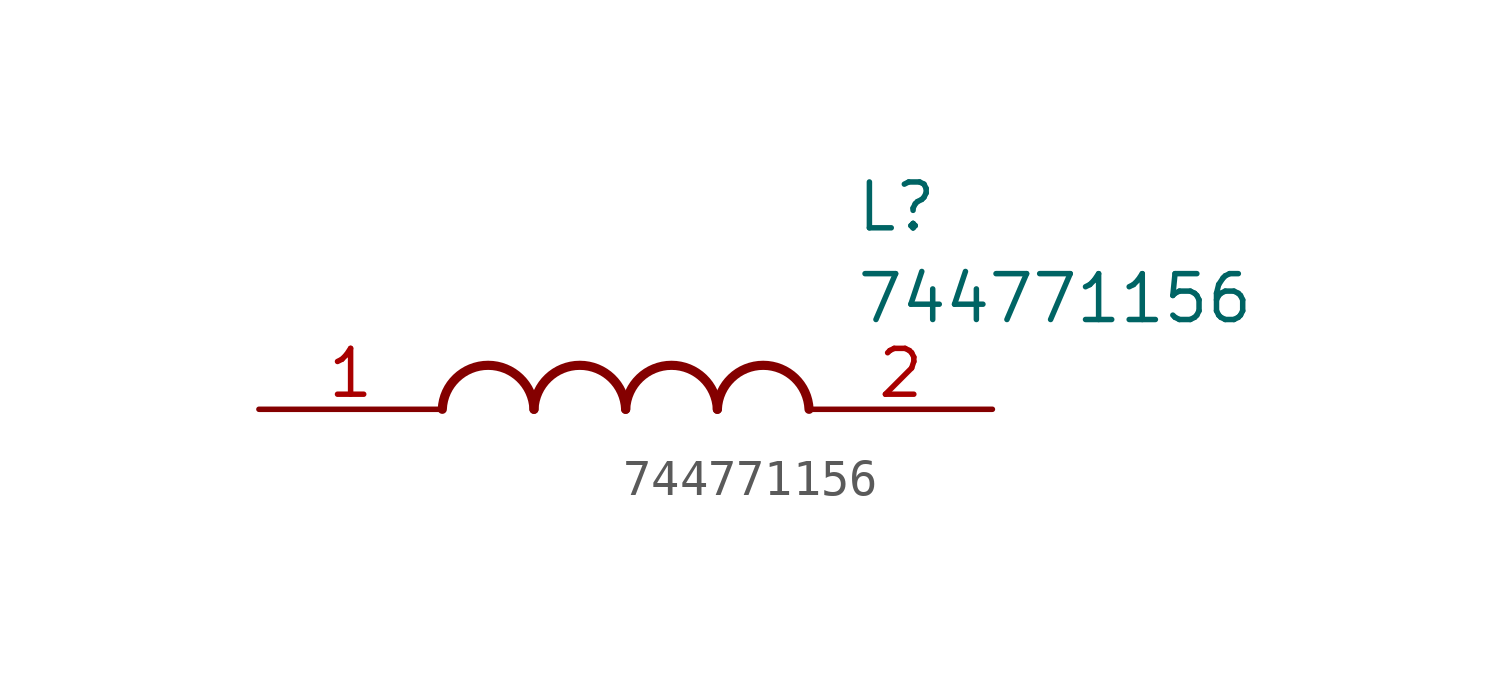
<source format=kicad_sym>
(kicad_symbol_lib
  (version 20211014)
  (generator SamacSys_ECAD_Model)
  (symbol "744771156"
    (pin_names hide)
    (property "Reference" "L"
      (at 16.51 6.35 0)
      (effects (font (size 1.27 1.27)) (justify left top)))
    (property "Value" "744771156"
      (at 16.51 3.81 0)
      (effects (font (size 1.27 1.27)) (justify left top)))
    (arc
      (start 7.62 0)
      (mid 6.35 1.219)
      (end 5.08 0)
      (stroke (width 0.254) (type default))
      (fill (type none)))
    (arc
      (start 10.16 0)
      (mid 8.89 1.219)
      (end 7.62 0)
      (stroke (width 0.254) (type default))
      (fill (type none)))
    (arc
      (start 12.7 0)
      (mid 11.43 1.219)
      (end 10.16 0)
      (stroke (width 0.254) (type default))
      (fill (type none)))
    (arc
      (start 15.24 0)
      (mid 13.97 1.219)
      (end 12.7 0)
      (stroke (width 0.254) (type default))
      (fill (type none)))
    (pin passive line
      (at 0 0 0)
      (length 5.08)
      (name "1" (effects (font (size 1.27 1.27))))
      (number "1" (effects (font (size 1.27 1.27)))))
    (pin passive line
      (at 20.32 0 180)
      (length 5.08)
      (name "2" (effects (font (size 1.27 1.27))))
      (number "2" (effects (font (size 1.27 1.27)))))))
</source>
